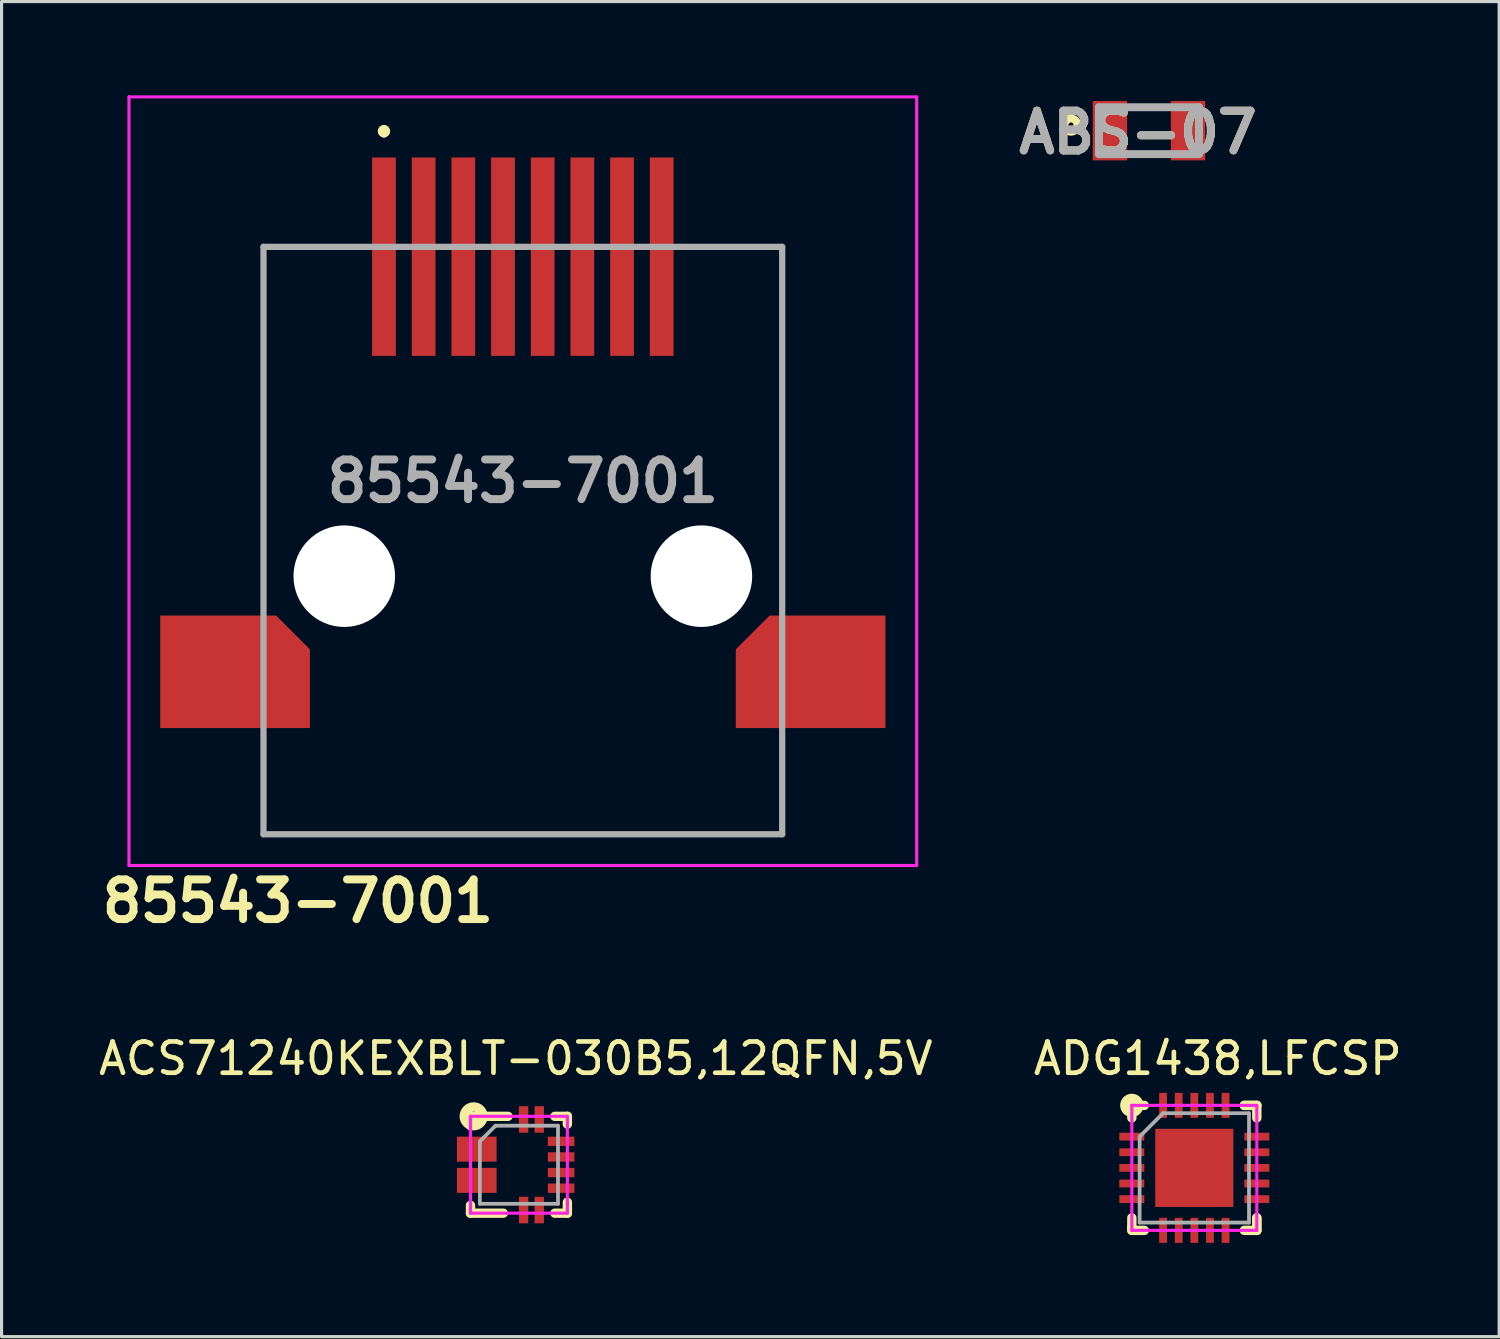
<source format=kicad_pcb>
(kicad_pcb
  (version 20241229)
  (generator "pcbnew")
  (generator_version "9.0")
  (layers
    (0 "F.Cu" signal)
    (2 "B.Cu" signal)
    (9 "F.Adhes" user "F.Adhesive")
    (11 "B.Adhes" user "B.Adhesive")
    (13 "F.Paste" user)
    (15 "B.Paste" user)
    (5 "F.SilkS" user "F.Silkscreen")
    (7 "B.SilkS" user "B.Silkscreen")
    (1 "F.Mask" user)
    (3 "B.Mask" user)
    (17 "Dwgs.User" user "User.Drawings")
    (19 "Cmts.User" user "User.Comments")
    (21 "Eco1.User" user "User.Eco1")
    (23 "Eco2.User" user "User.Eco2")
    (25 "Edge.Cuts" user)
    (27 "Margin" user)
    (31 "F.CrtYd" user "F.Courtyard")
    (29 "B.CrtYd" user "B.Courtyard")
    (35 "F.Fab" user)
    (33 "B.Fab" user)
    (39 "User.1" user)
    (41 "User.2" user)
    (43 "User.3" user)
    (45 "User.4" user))
  (footprint "85543-7001"
    (layer "F.Cu")
    (at 13.683 15.39)
    (property "Reference" "85543-7001" (at -7.2 10.4 0) (layer "F.SilkS") (effects (font (size 1.27 1.27) (thickness 0.254))))
    (attr through_hole)
    (fp_line (start -8.3 -10.54) (end -8.3 0) (stroke (width 0.1) (type solid)) (layer "F.SilkS"))
    (fp_line (start -8.3 6.48) (end -8.3 8.26) (stroke (width 0.1) (type solid)) (layer "F.SilkS"))
    (fp_line (start -8.3 8.26) (end 8.3 8.26) (stroke (width 0.1) (type solid)) (layer "F.SilkS"))
    (fp_line (start -4.445 -14.34) (end -4.445 -14.34) (stroke (width 0.2) (type solid)) (layer "F.SilkS"))
    (fp_line (start -4.445 -14.14) (end -4.445 -14.14) (stroke (width 0.2) (type solid)) (layer "F.SilkS"))
    (fp_line (start 8.3 -10.54) (end 8.3 -1.14) (stroke (width 0.1) (type solid)) (layer "F.SilkS"))
    (fp_line (start 8.3 -1.14) (end 8.3 0) (stroke (width 0.1) (type solid)) (layer "F.SilkS"))
    (fp_line (start 8.3 8.26) (end 8.3 6.48) (stroke (width 0.1) (type solid)) (layer "F.SilkS"))
    (fp_arc (start -4.445 -14.34) (mid -4.345 -14.24) (end -4.445 -14.14) (stroke (width 0.2) (type solid)) (layer "F.SilkS"))
    (fp_arc (start -4.445 -14.14) (mid -4.545 -14.24) (end -4.445 -14.34) (stroke (width 0.2) (type solid)) (layer "F.SilkS"))
    (fp_line (start -12.605 -15.34) (end 12.605 -15.34) (stroke (width 0.1) (type solid)) (layer "F.CrtYd"))
    (fp_line (start -12.605 9.26) (end -12.605 -15.34) (stroke (width 0.1) (type solid)) (layer "F.CrtYd"))
    (fp_line (start 12.605 -15.34) (end 12.605 9.26) (stroke (width 0.1) (type solid)) (layer "F.CrtYd"))
    (fp_line (start 12.605 9.26) (end -12.605 9.26) (stroke (width 0.1) (type solid)) (layer "F.CrtYd"))
    (fp_line (start -8.3 -10.54) (end 8.3 -10.54) (stroke (width 0.2) (type solid)) (layer "F.Fab"))
    (fp_line (start -8.3 8.26) (end -8.3 -10.54) (stroke (width 0.2) (type solid)) (layer "F.Fab"))
    (fp_line (start 8.3 -10.54) (end 8.3 8.26) (stroke (width 0.2) (type solid)) (layer "F.Fab"))
    (fp_line (start 8.3 8.26) (end -8.3 8.26) (stroke (width 0.2) (type solid)) (layer "F.Fab"))
    (fp_text user "${REFERENCE}" (at 0 -3.04 0) (layer "F.Fab") (effects (font (size 1.27 1.27) (thickness 0.254))))
    (pad "" np_thru_hole circle (at -5.715 0) (size 3.25 3.25) (drill 3.25) (layers "*.Cu" "*.Mask"))
    (pad "" np_thru_hole circle (at 5.715 0) (size 3.25 3.25) (drill 3.25) (layers "*.Cu" "*.Mask"))
    (pad "1" smd rect (at -4.445 -10.225) (size 0.76 6.35) (layers "F.Cu" "F.Mask" "F.Paste"))
    (pad "2" smd rect (at -3.175 -10.225) (size 0.76 6.35) (layers "F.Cu" "F.Mask" "F.Paste"))
    (pad "3" smd rect (at -1.905 -10.225) (size 0.76 6.35) (layers "F.Cu" "F.Mask" "F.Paste"))
    (pad "4" smd rect (at -0.635 -10.225) (size 0.76 6.35) (layers "F.Cu" "F.Mask" "F.Paste"))
    (pad "5" smd rect (at 0.635 -10.225) (size 0.76 6.35) (layers "F.Cu" "F.Mask" "F.Paste"))
    (pad "6" smd rect (at 1.905 -10.225) (size 0.76 6.35) (layers "F.Cu" "F.Mask" "F.Paste"))
    (pad "7" smd rect (at 3.175 -10.225) (size 0.76 6.35) (layers "F.Cu" "F.Mask" "F.Paste"))
    (pad "8" smd rect (at 4.445 -10.225) (size 0.76 6.35) (layers "F.Cu" "F.Mask" "F.Paste"))
    (pad "MP1" smd roundrect (at -9.21 3.06 90) (size 3.6 4.79) (layers "F.Cu" "F.Mask" "F.Paste") (roundrect_rratio 0) (chamfer_ratio 0.3) (chamfer bottom_right))
    (pad "MP2" smd roundrect (at 9.21 3.06 90) (size 3.6 4.79) (layers "F.Cu" "F.Mask" "F.Paste") (roundrect_rratio 0) (chamfer_ratio 0.3) (chamfer top_right)))
  (footprint "ABS-07"
    (layer "F.Cu")
    (at 33.722 1.132)
    (property "Reference" "ABS-07" (at -0.35 0.057 0) (layer "F.SilkS") (effects (font (size 1.27 1.27) (thickness 0.254))))
    (attr smd)
    (fp_circle (center -2.497 -0.177) (end -2.497 -0.093) (stroke (width 0.254) (type solid)) (fill no) (layer "F.SilkS"))
    (fp_line (start -1.6 -0.75) (end 1.6 -0.75) (stroke (width 0.254) (type solid)) (layer "F.Fab"))
    (fp_line (start -1.6 0.75) (end -1.6 -0.75) (stroke (width 0.254) (type solid)) (layer "F.Fab"))
    (fp_line (start 1.6 -0.75) (end 1.6 0.75) (stroke (width 0.254) (type solid)) (layer "F.Fab"))
    (fp_line (start 1.6 0.75) (end -1.6 0.75) (stroke (width 0.254) (type solid)) (layer "F.Fab"))
    (fp_text user "${REFERENCE}" (at -0.35 0.057 0) (layer "F.Fab") (effects (font (size 1.27 1.27) (thickness 0.254))))
    (pad "1" smd rect (at -1.25 0) (size 1.1 1.9) (layers "F.Cu" "F.Mask" "F.Paste"))
    (pad "2" smd rect (at 1.25 0) (size 1.1 1.9) (layers "F.Cu" "F.Mask" "F.Paste")))
  (footprint "ACS71240KEXBLT-030B5,12QFN,5V"
    (layer "F.Cu")
    (at 13.558 34.227)
    (property "Reference" "ACS71240KEXBLT-030B5,12QFN,5V" (at -0.1 -3.4 0) (layer "F.SilkS") (effects (font (size 1 1) (thickness 0.15))))
    (attr through_hole)
    (fp_line (start -1.55 -1.55) (end -0.35 -1.55) (stroke (width 0.3) (type solid)) (layer "F.SilkS"))
    (fp_line (start -1.55 -1.25) (end -1.55 -1.55) (stroke (width 0.3) (type solid)) (layer "F.SilkS"))
    (fp_line (start -1.55 1.3) (end -1.55 1.55) (stroke (width 0.3) (type solid)) (layer "F.SilkS"))
    (fp_line (start -1.55 1.55) (end -0.5 1.55) (stroke (width 0.3) (type solid)) (layer "F.SilkS"))
    (fp_line (start 1.15 -1.55) (end 1.55 -1.55) (stroke (width 0.3) (type solid)) (layer "F.SilkS"))
    (fp_line (start 1.15 1.55) (end 1.55 1.55) (stroke (width 0.3) (type solid)) (layer "F.SilkS"))
    (fp_line (start 1.55 -1.55) (end 1.55 -1.3) (stroke (width 0.3) (type solid)) (layer "F.SilkS"))
    (fp_line (start 1.55 1.55) (end 1.55 1.2) (stroke (width 0.3) (type solid)) (layer "F.SilkS"))
    (fp_circle (center -1.45 -1.55) (end -1.15 -1.55) (stroke (width 0.3) (type solid)) (fill no) (layer "F.SilkS"))
    (fp_line (start -1.55 -1.55) (end -1.55 1.55) (stroke (width 0.1) (type solid)) (layer "F.CrtYd"))
    (fp_line (start -1.55 -1.55) (end -1.55 1.55) (stroke (width 0.1) (type solid)) (layer "F.CrtYd"))
    (fp_line (start -1.55 -1.55) (end 1.55 -1.55) (stroke (width 0.1) (type solid)) (layer "F.CrtYd"))
    (fp_line (start -1.55 1.55) (end 1.55 1.55) (stroke (width 0.1) (type solid)) (layer "F.CrtYd"))
    (fp_line (start 1.55 -1.55) (end 1.55 1.55) (stroke (width 0.1) (type solid)) (layer "F.CrtYd"))
    (fp_line (start -1.25 -0.75) (end -0.75 -1.25) (stroke (width 0.12) (type solid)) (layer "F.Fab"))
    (fp_line (start -1.25 1.25) (end -1.25 -0.75) (stroke (width 0.12) (type solid)) (layer "F.Fab"))
    (fp_line (start -0.75 -1.25) (end 1.25 -1.25) (stroke (width 0.12) (type solid)) (layer "F.Fab"))
    (fp_line (start 1.25 -1.25) (end 1.25 1.25) (stroke (width 0.12) (type solid)) (layer "F.Fab"))
    (fp_line (start 1.25 1.25) (end -1.25 1.25) (stroke (width 0.12) (type solid)) (layer "F.Fab"))
    (pad "1" smd rect (at -1.35 -0.5) (size 1.27 0.8) (layers "F.Cu" "F.Mask" "F.Paste"))
    (pad "3" smd rect (at -1.35 0.5) (size 1.27 0.8) (layers "F.Cu" "F.Mask" "F.Paste"))
    (pad "5" smd rect (at 0.15 1.45) (size 0.3 0.85) (layers "F.Cu" "F.Mask" "F.Paste"))
    (pad "6" smd rect (at 0.65 1.45) (size 0.3 0.85) (layers "F.Cu" "F.Mask" "F.Paste"))
    (pad "7" smd rect (at 1.35 0.75) (size 0.85 0.3) (layers "F.Cu" "F.Mask" "F.Paste"))
    (pad "8" smd rect (at 1.35 0.25) (size 0.85 0.3) (layers "F.Cu" "F.Mask" "F.Paste"))
    (pad "9" smd rect (at 1.35 -0.25) (size 0.85 0.3) (layers "F.Cu" "F.Mask" "F.Paste"))
    (pad "10" smd rect (at 1.35 -0.75) (size 0.85 0.3) (layers "F.Cu" "F.Mask" "F.Paste"))
    (pad "11" smd rect (at 0.65 -1.45) (size 0.3 0.85) (layers "F.Cu" "F.Mask" "F.Paste"))
    (pad "12" smd rect (at 0.15 -1.45) (size 0.3 0.85) (layers "F.Cu" "F.Mask" "F.Paste")))
  (footprint "ADG1438,LFCSP"
    (layer "F.Cu")
    (at 35.173 34.327)
    (property "Reference" "ADG1438,LFCSP" (at 0.75 -3.5 0) (layer "F.SilkS") (effects (font (size 1 1) (thickness 0.15))))
    (attr through_hole)
    (fp_line (start -2 -2) (end -2 -1.6) (stroke (width 0.3) (type solid)) (layer "F.SilkS"))
    (fp_line (start -2 -2) (end -1.6 -2) (stroke (width 0.3) (type solid)) (layer "F.SilkS"))
    (fp_line (start -2 1.9) (end -2 1.6) (stroke (width 0.3) (type solid)) (layer "F.SilkS"))
    (fp_line (start -2 1.9) (end -2 2) (stroke (width 0.3) (type solid)) (layer "F.SilkS"))
    (fp_line (start -2 2) (end -1.6 2) (stroke (width 0.3) (type solid)) (layer "F.SilkS"))
    (fp_line (start 1.6 -2) (end 2 -2) (stroke (width 0.3) (type solid)) (layer "F.SilkS"))
    (fp_line (start 2 -2) (end 1.6 -2) (stroke (width 0.3) (type solid)) (layer "F.SilkS"))
    (fp_line (start 2 -2) (end 2 -1.6) (stroke (width 0.3) (type solid)) (layer "F.SilkS"))
    (fp_line (start 2 1.6) (end 2 2) (stroke (width 0.3) (type solid)) (layer "F.SilkS"))
    (fp_line (start 2 2) (end 1.6 2) (stroke (width 0.3) (type solid)) (layer "F.SilkS"))
    (fp_line (start 2 2) (end 2 1.6) (stroke (width 0.3) (type solid)) (layer "F.SilkS"))
    (fp_circle (center -2 -2) (end -1.8 -1.9) (stroke (width 0.3) (type solid)) (fill no) (layer "F.SilkS"))
    (fp_line (start -2 -2) (end 2 -2) (stroke (width 0.1) (type solid)) (layer "F.CrtYd"))
    (fp_line (start -2 2) (end -2 -2) (stroke (width 0.1) (type solid)) (layer "F.CrtYd"))
    (fp_line (start 2 -2) (end 2 2) (stroke (width 0.1) (type solid)) (layer "F.CrtYd"))
    (fp_line (start 2 2) (end -2 2) (stroke (width 0.1) (type solid)) (layer "F.CrtYd"))
    (fp_line (start -1.75 -1) (end -1 -1.75) (stroke (width 0.12) (type solid)) (layer "F.Fab"))
    (fp_line (start -1.75 1.75) (end -1.75 -1) (stroke (width 0.12) (type solid)) (layer "F.Fab"))
    (fp_line (start -1 -1.75) (end 1.75 -1.75) (stroke (width 0.12) (type solid)) (layer "F.Fab"))
    (fp_line (start 1.75 -1.75) (end 1.75 1.75) (stroke (width 0.12) (type solid)) (layer "F.Fab"))
    (fp_line (start 1.75 1.75) (end -1.75 1.75) (stroke (width 0.12) (type solid)) (layer "F.Fab"))
    (pad "1" smd rect (at -2 -1) (size 0.8 0.25) (layers "F.Cu" "F.Mask" "F.Paste"))
    (pad "2" smd rect (at -2 -0.5) (size 0.8 0.25) (layers "F.Cu" "F.Mask" "F.Paste"))
    (pad "3" smd rect (at -2 0) (size 0.8 0.25) (layers "F.Cu" "F.Mask" "F.Paste"))
    (pad "4" smd rect (at -2 0.5) (size 0.8 0.25) (layers "F.Cu" "F.Mask" "F.Paste"))
    (pad "5" smd rect (at -2 1) (size 0.8 0.25) (layers "F.Cu" "F.Mask" "F.Paste"))
    (pad "6" smd rect (at -1 2) (size 0.25 0.8) (layers "F.Cu" "F.Mask" "F.Paste"))
    (pad "7" smd rect (at -0.5 2) (size 0.25 0.8) (layers "F.Cu" "F.Mask" "F.Paste"))
    (pad "8" smd rect (at 0 2) (size 0.25 0.8) (layers "F.Cu" "F.Mask" "F.Paste"))
    (pad "9" smd rect (at 0.5 2) (size 0.25 0.8) (layers "F.Cu" "F.Mask" "F.Paste"))
    (pad "10" smd rect (at 1 2) (size 0.25 0.8) (layers "F.Cu" "F.Mask" "F.Paste"))
    (pad "11" smd rect (at 2 1) (size 0.8 0.25) (layers "F.Cu" "F.Mask" "F.Paste"))
    (pad "12" smd rect (at 2 0.5) (size 0.8 0.25) (layers "F.Cu" "F.Mask" "F.Paste"))
    (pad "13" smd rect (at 2 0) (size 0.8 0.25) (layers "F.Cu" "F.Mask" "F.Paste"))
    (pad "14" smd rect (at 2 -0.5) (size 0.8 0.25) (layers "F.Cu" "F.Mask" "F.Paste"))
    (pad "15" smd rect (at 2 -1) (size 0.8 0.25) (layers "F.Cu" "F.Mask" "F.Paste"))
    (pad "16" smd rect (at 1 -2) (size 0.25 0.8) (layers "F.Cu" "F.Mask" "F.Paste"))
    (pad "17" smd rect (at 0.5 -2) (size 0.25 0.8) (layers "F.Cu" "F.Mask" "F.Paste"))
    (pad "18" smd rect (at 0 -2) (size 0.25 0.8) (layers "F.Cu" "F.Mask" "F.Paste"))
    (pad "19" smd rect (at -0.5 -2) (size 0.25 0.8) (layers "F.Cu" "F.Mask" "F.Paste"))
    (pad "20" smd rect (at -1 -2) (size 0.25 0.8) (layers "F.Cu" "F.Mask" "F.Paste"))
    (pad "EPAD" smd rect (at 0 0) (size 2.5 2.5) (layers "F.Cu" "F.Mask" "F.Paste")))
  (gr_rect
    (start -3 -3)
    (end 44.929 39.727)
    (stroke (width 0.1) (type default))
    (fill no)
    (layer "Edge.Cuts")))
</source>
